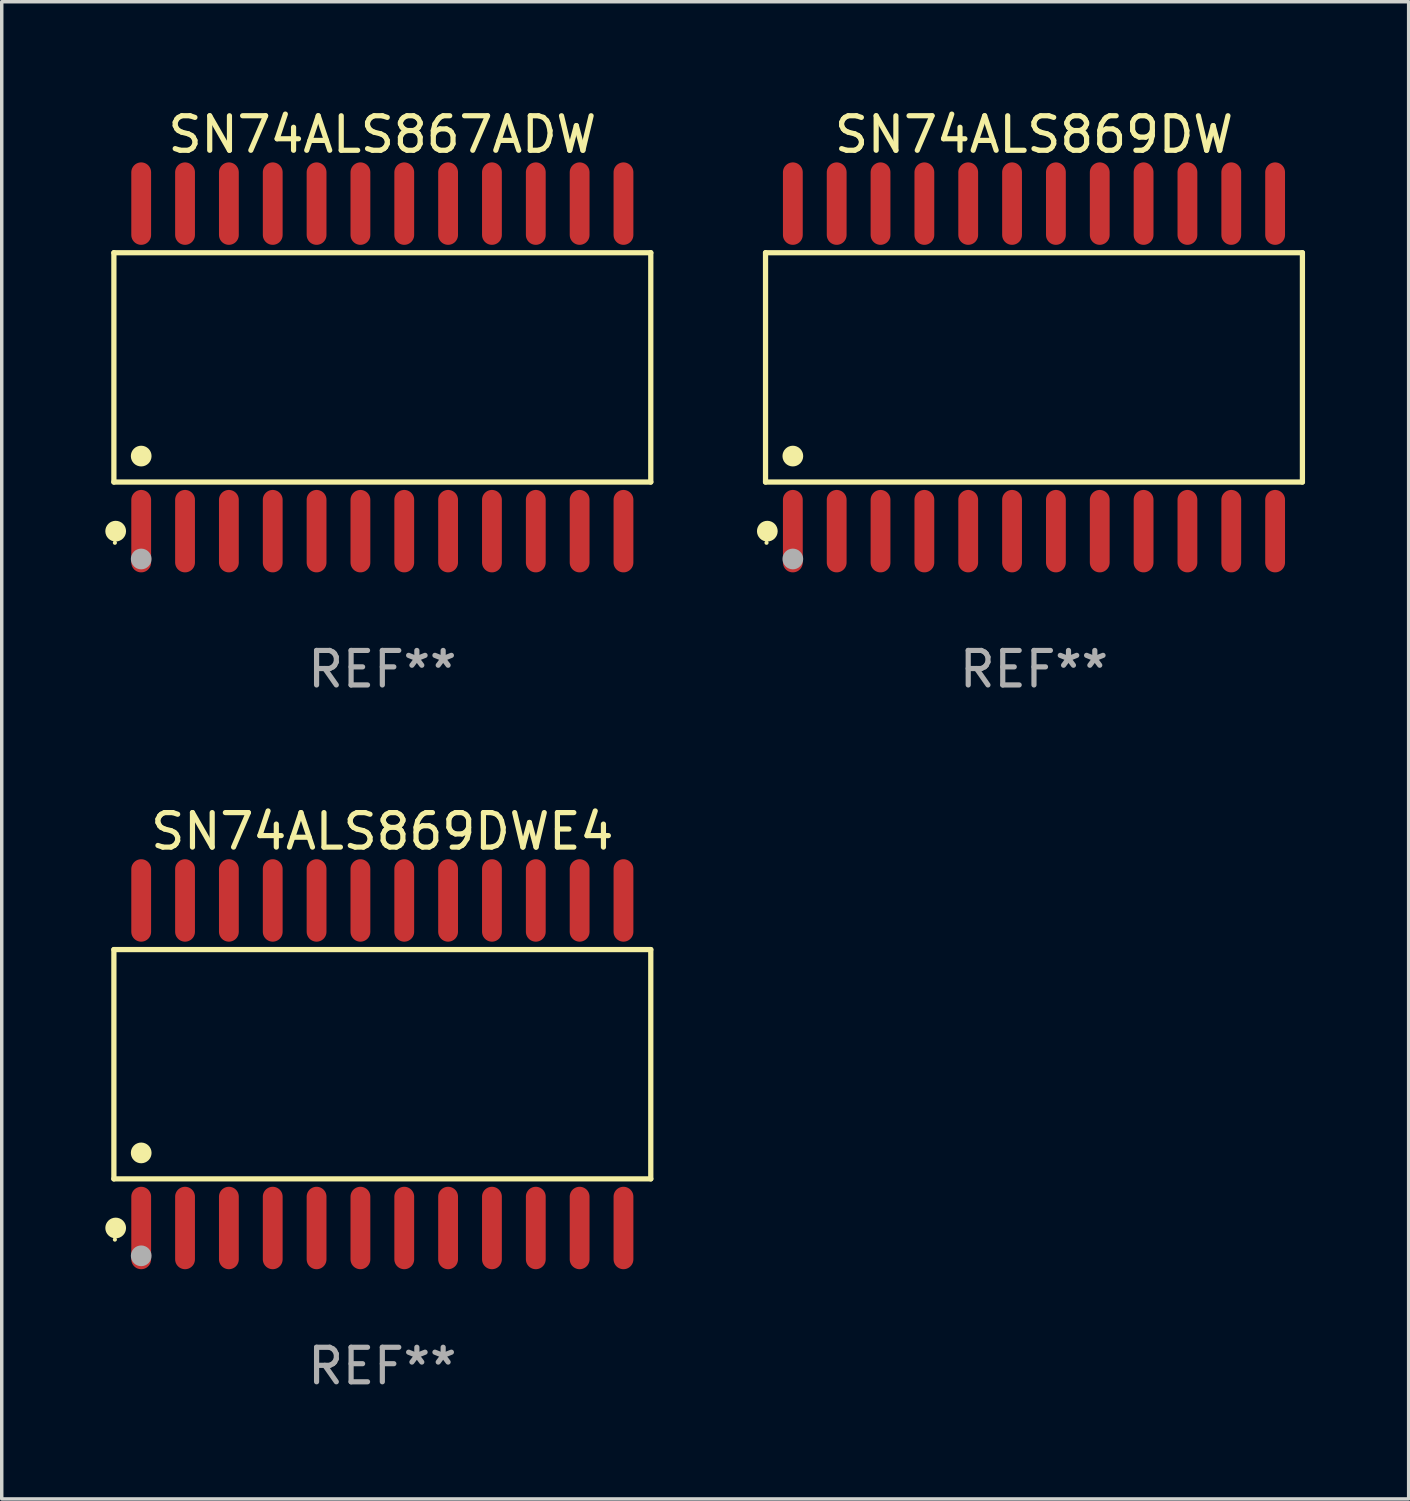
<source format=kicad_pcb>
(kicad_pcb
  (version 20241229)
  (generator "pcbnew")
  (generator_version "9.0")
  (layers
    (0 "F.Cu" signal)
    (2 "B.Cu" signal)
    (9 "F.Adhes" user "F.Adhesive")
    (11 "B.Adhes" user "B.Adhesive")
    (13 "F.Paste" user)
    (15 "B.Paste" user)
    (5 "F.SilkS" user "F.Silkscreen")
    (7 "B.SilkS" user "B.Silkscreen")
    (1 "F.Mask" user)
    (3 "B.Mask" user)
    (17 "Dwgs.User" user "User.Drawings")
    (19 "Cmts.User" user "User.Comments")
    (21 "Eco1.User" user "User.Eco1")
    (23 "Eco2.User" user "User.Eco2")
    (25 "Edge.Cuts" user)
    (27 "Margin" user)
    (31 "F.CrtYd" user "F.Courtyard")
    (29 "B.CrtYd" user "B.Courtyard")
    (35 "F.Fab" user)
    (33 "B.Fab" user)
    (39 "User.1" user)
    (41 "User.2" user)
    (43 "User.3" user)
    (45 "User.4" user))
  (footprint "SN74ALS867ADW"
    (layer "F.Cu")
    (at 8.025 7.592)
    (property "Reference" "SN74ALS867ADW" (at 0 -6.744 0) (layer "F.SilkS") (effects (font (size 1 1) (thickness 0.15))))
    (attr through_hole)
    (fp_line (start -7.776 -3.321) (end 7.776 -3.321) (stroke (width 0.152) (type solid)) (layer "F.SilkS"))
    (fp_line (start -7.776 3.321) (end -7.776 -3.321) (stroke (width 0.152) (type solid)) (layer "F.SilkS"))
    (fp_line (start 7.776 -3.321) (end 7.776 3.321) (stroke (width 0.152) (type solid)) (layer "F.SilkS"))
    (fp_line (start 7.776 3.321) (end -7.776 3.321) (stroke (width 0.152) (type solid)) (layer "F.SilkS"))
    (fp_circle (center -7.747 5.08) (end -7.717 5.08) (stroke (width 0.06) (type solid)) (fill no) (layer "F.SilkS"))
    (fp_circle (center -7.724 4.744) (end -7.574 4.744) (stroke (width 0.3) (type solid)) (fill no) (layer "F.SilkS"))
    (fp_circle (center -6.985 2.569) (end -6.835 2.569) (stroke (width 0.3) (type solid)) (fill no) (layer "F.SilkS"))
    (fp_circle (center -6.985 5.55) (end -6.835 5.55) (stroke (width 0.3) (type solid)) (fill no) (layer "F.Fab"))
    (fp_text user "REF**" (at 0 8.744 0) (layer "F.Fab") (effects (font (size 1 1) (thickness 0.15))))
    (pad "1" smd oval (at -6.985 4.744) (size 0.574 2.388) (layers "F.Cu" "F.Mask" "F.Paste"))
    (pad "2" smd oval (at -5.715 4.744) (size 0.574 2.388) (layers "F.Cu" "F.Mask" "F.Paste"))
    (pad "3" smd oval (at -4.445 4.744) (size 0.574 2.388) (layers "F.Cu" "F.Mask" "F.Paste"))
    (pad "4" smd oval (at -3.175 4.744) (size 0.574 2.388) (layers "F.Cu" "F.Mask" "F.Paste"))
    (pad "5" smd oval (at -1.905 4.744) (size 0.574 2.388) (layers "F.Cu" "F.Mask" "F.Paste"))
    (pad "6" smd oval (at -0.635 4.744) (size 0.574 2.388) (layers "F.Cu" "F.Mask" "F.Paste"))
    (pad "7" smd oval (at 0.635 4.744) (size 0.574 2.388) (layers "F.Cu" "F.Mask" "F.Paste"))
    (pad "8" smd oval (at 1.905 4.744) (size 0.574 2.388) (layers "F.Cu" "F.Mask" "F.Paste"))
    (pad "9" smd oval (at 3.175 4.744) (size 0.574 2.388) (layers "F.Cu" "F.Mask" "F.Paste"))
    (pad "10" smd oval (at 4.445 4.744) (size 0.574 2.388) (layers "F.Cu" "F.Mask" "F.Paste"))
    (pad "11" smd oval (at 5.715 4.744) (size 0.574 2.388) (layers "F.Cu" "F.Mask" "F.Paste"))
    (pad "12" smd oval (at 6.985 4.744) (size 0.574 2.388) (layers "F.Cu" "F.Mask" "F.Paste"))
    (pad "13" smd oval (at 6.985 -4.744) (size 0.574 2.388) (layers "F.Cu" "F.Mask" "F.Paste"))
    (pad "14" smd oval (at 5.715 -4.744) (size 0.574 2.388) (layers "F.Cu" "F.Mask" "F.Paste"))
    (pad "15" smd oval (at 4.445 -4.744) (size 0.574 2.388) (layers "F.Cu" "F.Mask" "F.Paste"))
    (pad "16" smd oval (at 3.175 -4.744) (size 0.574 2.388) (layers "F.Cu" "F.Mask" "F.Paste"))
    (pad "17" smd oval (at 1.905 -4.744) (size 0.574 2.388) (layers "F.Cu" "F.Mask" "F.Paste"))
    (pad "18" smd oval (at 0.635 -4.744) (size 0.574 2.388) (layers "F.Cu" "F.Mask" "F.Paste"))
    (pad "19" smd oval (at -0.635 -4.744) (size 0.574 2.388) (layers "F.Cu" "F.Mask" "F.Paste"))
    (pad "20" smd oval (at -1.905 -4.744) (size 0.574 2.388) (layers "F.Cu" "F.Mask" "F.Paste"))
    (pad "21" smd oval (at -3.175 -4.744) (size 0.574 2.388) (layers "F.Cu" "F.Mask" "F.Paste"))
    (pad "22" smd oval (at -4.445 -4.744) (size 0.574 2.388) (layers "F.Cu" "F.Mask" "F.Paste"))
    (pad "23" smd oval (at -5.715 -4.744) (size 0.574 2.388) (layers "F.Cu" "F.Mask" "F.Paste"))
    (pad "24" smd oval (at -6.985 -4.744) (size 0.574 2.388) (layers "F.Cu" "F.Mask" "F.Paste")))
  (footprint "SN74ALS869DW"
    (layer "F.Cu")
    (at 26.901 7.592)
    (property "Reference" "SN74ALS869DW" (at 0 -6.744 0) (layer "F.SilkS") (effects (font (size 1 1) (thickness 0.15))))
    (attr through_hole)
    (fp_line (start -7.776 -3.321) (end 7.776 -3.321) (stroke (width 0.152) (type solid)) (layer "F.SilkS"))
    (fp_line (start -7.776 3.321) (end -7.776 -3.321) (stroke (width 0.152) (type solid)) (layer "F.SilkS"))
    (fp_line (start 7.776 -3.321) (end 7.776 3.321) (stroke (width 0.152) (type solid)) (layer "F.SilkS"))
    (fp_line (start 7.776 3.321) (end -7.776 3.321) (stroke (width 0.152) (type solid)) (layer "F.SilkS"))
    (fp_circle (center -7.747 5.08) (end -7.717 5.08) (stroke (width 0.06) (type solid)) (fill no) (layer "F.SilkS"))
    (fp_circle (center -7.724 4.744) (end -7.574 4.744) (stroke (width 0.3) (type solid)) (fill no) (layer "F.SilkS"))
    (fp_circle (center -6.985 2.569) (end -6.835 2.569) (stroke (width 0.3) (type solid)) (fill no) (layer "F.SilkS"))
    (fp_circle (center -6.985 5.55) (end -6.835 5.55) (stroke (width 0.3) (type solid)) (fill no) (layer "F.Fab"))
    (fp_text user "REF**" (at 0 8.744 0) (layer "F.Fab") (effects (font (size 1 1) (thickness 0.15))))
    (pad "1" smd oval (at -6.985 4.744) (size 0.574 2.388) (layers "F.Cu" "F.Mask" "F.Paste"))
    (pad "2" smd oval (at -5.715 4.744) (size 0.574 2.388) (layers "F.Cu" "F.Mask" "F.Paste"))
    (pad "3" smd oval (at -4.445 4.744) (size 0.574 2.388) (layers "F.Cu" "F.Mask" "F.Paste"))
    (pad "4" smd oval (at -3.175 4.744) (size 0.574 2.388) (layers "F.Cu" "F.Mask" "F.Paste"))
    (pad "5" smd oval (at -1.905 4.744) (size 0.574 2.388) (layers "F.Cu" "F.Mask" "F.Paste"))
    (pad "6" smd oval (at -0.635 4.744) (size 0.574 2.388) (layers "F.Cu" "F.Mask" "F.Paste"))
    (pad "7" smd oval (at 0.635 4.744) (size 0.574 2.388) (layers "F.Cu" "F.Mask" "F.Paste"))
    (pad "8" smd oval (at 1.905 4.744) (size 0.574 2.388) (layers "F.Cu" "F.Mask" "F.Paste"))
    (pad "9" smd oval (at 3.175 4.744) (size 0.574 2.388) (layers "F.Cu" "F.Mask" "F.Paste"))
    (pad "10" smd oval (at 4.445 4.744) (size 0.574 2.388) (layers "F.Cu" "F.Mask" "F.Paste"))
    (pad "11" smd oval (at 5.715 4.744) (size 0.574 2.388) (layers "F.Cu" "F.Mask" "F.Paste"))
    (pad "12" smd oval (at 6.985 4.744) (size 0.574 2.388) (layers "F.Cu" "F.Mask" "F.Paste"))
    (pad "13" smd oval (at 6.985 -4.744) (size 0.574 2.388) (layers "F.Cu" "F.Mask" "F.Paste"))
    (pad "14" smd oval (at 5.715 -4.744) (size 0.574 2.388) (layers "F.Cu" "F.Mask" "F.Paste"))
    (pad "15" smd oval (at 4.445 -4.744) (size 0.574 2.388) (layers "F.Cu" "F.Mask" "F.Paste"))
    (pad "16" smd oval (at 3.175 -4.744) (size 0.574 2.388) (layers "F.Cu" "F.Mask" "F.Paste"))
    (pad "17" smd oval (at 1.905 -4.744) (size 0.574 2.388) (layers "F.Cu" "F.Mask" "F.Paste"))
    (pad "18" smd oval (at 0.635 -4.744) (size 0.574 2.388) (layers "F.Cu" "F.Mask" "F.Paste"))
    (pad "19" smd oval (at -0.635 -4.744) (size 0.574 2.388) (layers "F.Cu" "F.Mask" "F.Paste"))
    (pad "20" smd oval (at -1.905 -4.744) (size 0.574 2.388) (layers "F.Cu" "F.Mask" "F.Paste"))
    (pad "21" smd oval (at -3.175 -4.744) (size 0.574 2.388) (layers "F.Cu" "F.Mask" "F.Paste"))
    (pad "22" smd oval (at -4.445 -4.744) (size 0.574 2.388) (layers "F.Cu" "F.Mask" "F.Paste"))
    (pad "23" smd oval (at -5.715 -4.744) (size 0.574 2.388) (layers "F.Cu" "F.Mask" "F.Paste"))
    (pad "24" smd oval (at -6.985 -4.744) (size 0.574 2.388) (layers "F.Cu" "F.Mask" "F.Paste")))
  (footprint "SN74ALS869DWE4"
    (layer "F.Cu")
    (at 8.025 27.777)
    (property "Reference" "SN74ALS869DWE4" (at 0 -6.744 0) (layer "F.SilkS") (effects (font (size 1 1) (thickness 0.15))))
    (attr through_hole)
    (fp_line (start -7.776 -3.321) (end 7.776 -3.321) (stroke (width 0.152) (type solid)) (layer "F.SilkS"))
    (fp_line (start -7.776 3.321) (end -7.776 -3.321) (stroke (width 0.152) (type solid)) (layer "F.SilkS"))
    (fp_line (start 7.776 -3.321) (end 7.776 3.321) (stroke (width 0.152) (type solid)) (layer "F.SilkS"))
    (fp_line (start 7.776 3.321) (end -7.776 3.321) (stroke (width 0.152) (type solid)) (layer "F.SilkS"))
    (fp_circle (center -7.747 5.08) (end -7.717 5.08) (stroke (width 0.06) (type solid)) (fill no) (layer "F.SilkS"))
    (fp_circle (center -7.724 4.744) (end -7.574 4.744) (stroke (width 0.3) (type solid)) (fill no) (layer "F.SilkS"))
    (fp_circle (center -6.985 2.569) (end -6.835 2.569) (stroke (width 0.3) (type solid)) (fill no) (layer "F.SilkS"))
    (fp_circle (center -6.985 5.55) (end -6.835 5.55) (stroke (width 0.3) (type solid)) (fill no) (layer "F.Fab"))
    (fp_text user "REF**" (at 0 8.744 0) (layer "F.Fab") (effects (font (size 1 1) (thickness 0.15))))
    (pad "1" smd oval (at -6.985 4.744) (size 0.574 2.388) (layers "F.Cu" "F.Mask" "F.Paste"))
    (pad "2" smd oval (at -5.715 4.744) (size 0.574 2.388) (layers "F.Cu" "F.Mask" "F.Paste"))
    (pad "3" smd oval (at -4.445 4.744) (size 0.574 2.388) (layers "F.Cu" "F.Mask" "F.Paste"))
    (pad "4" smd oval (at -3.175 4.744) (size 0.574 2.388) (layers "F.Cu" "F.Mask" "F.Paste"))
    (pad "5" smd oval (at -1.905 4.744) (size 0.574 2.388) (layers "F.Cu" "F.Mask" "F.Paste"))
    (pad "6" smd oval (at -0.635 4.744) (size 0.574 2.388) (layers "F.Cu" "F.Mask" "F.Paste"))
    (pad "7" smd oval (at 0.635 4.744) (size 0.574 2.388) (layers "F.Cu" "F.Mask" "F.Paste"))
    (pad "8" smd oval (at 1.905 4.744) (size 0.574 2.388) (layers "F.Cu" "F.Mask" "F.Paste"))
    (pad "9" smd oval (at 3.175 4.744) (size 0.574 2.388) (layers "F.Cu" "F.Mask" "F.Paste"))
    (pad "10" smd oval (at 4.445 4.744) (size 0.574 2.388) (layers "F.Cu" "F.Mask" "F.Paste"))
    (pad "11" smd oval (at 5.715 4.744) (size 0.574 2.388) (layers "F.Cu" "F.Mask" "F.Paste"))
    (pad "12" smd oval (at 6.985 4.744) (size 0.574 2.388) (layers "F.Cu" "F.Mask" "F.Paste"))
    (pad "13" smd oval (at 6.985 -4.744) (size 0.574 2.388) (layers "F.Cu" "F.Mask" "F.Paste"))
    (pad "14" smd oval (at 5.715 -4.744) (size 0.574 2.388) (layers "F.Cu" "F.Mask" "F.Paste"))
    (pad "15" smd oval (at 4.445 -4.744) (size 0.574 2.388) (layers "F.Cu" "F.Mask" "F.Paste"))
    (pad "16" smd oval (at 3.175 -4.744) (size 0.574 2.388) (layers "F.Cu" "F.Mask" "F.Paste"))
    (pad "17" smd oval (at 1.905 -4.744) (size 0.574 2.388) (layers "F.Cu" "F.Mask" "F.Paste"))
    (pad "18" smd oval (at 0.635 -4.744) (size 0.574 2.388) (layers "F.Cu" "F.Mask" "F.Paste"))
    (pad "19" smd oval (at -0.635 -4.744) (size 0.574 2.388) (layers "F.Cu" "F.Mask" "F.Paste"))
    (pad "20" smd oval (at -1.905 -4.744) (size 0.574 2.388) (layers "F.Cu" "F.Mask" "F.Paste"))
    (pad "21" smd oval (at -3.175 -4.744) (size 0.574 2.388) (layers "F.Cu" "F.Mask" "F.Paste"))
    (pad "22" smd oval (at -4.445 -4.744) (size 0.574 2.388) (layers "F.Cu" "F.Mask" "F.Paste"))
    (pad "23" smd oval (at -5.715 -4.744) (size 0.574 2.388) (layers "F.Cu" "F.Mask" "F.Paste"))
    (pad "24" smd oval (at -6.985 -4.744) (size 0.574 2.388) (layers "F.Cu" "F.Mask" "F.Paste")))
  (gr_rect
    (start -3 -3)
    (end 37.754 40.369)
    (stroke (width 0.1) (type default))
    (fill no)
    (layer "Edge.Cuts")))
</source>
